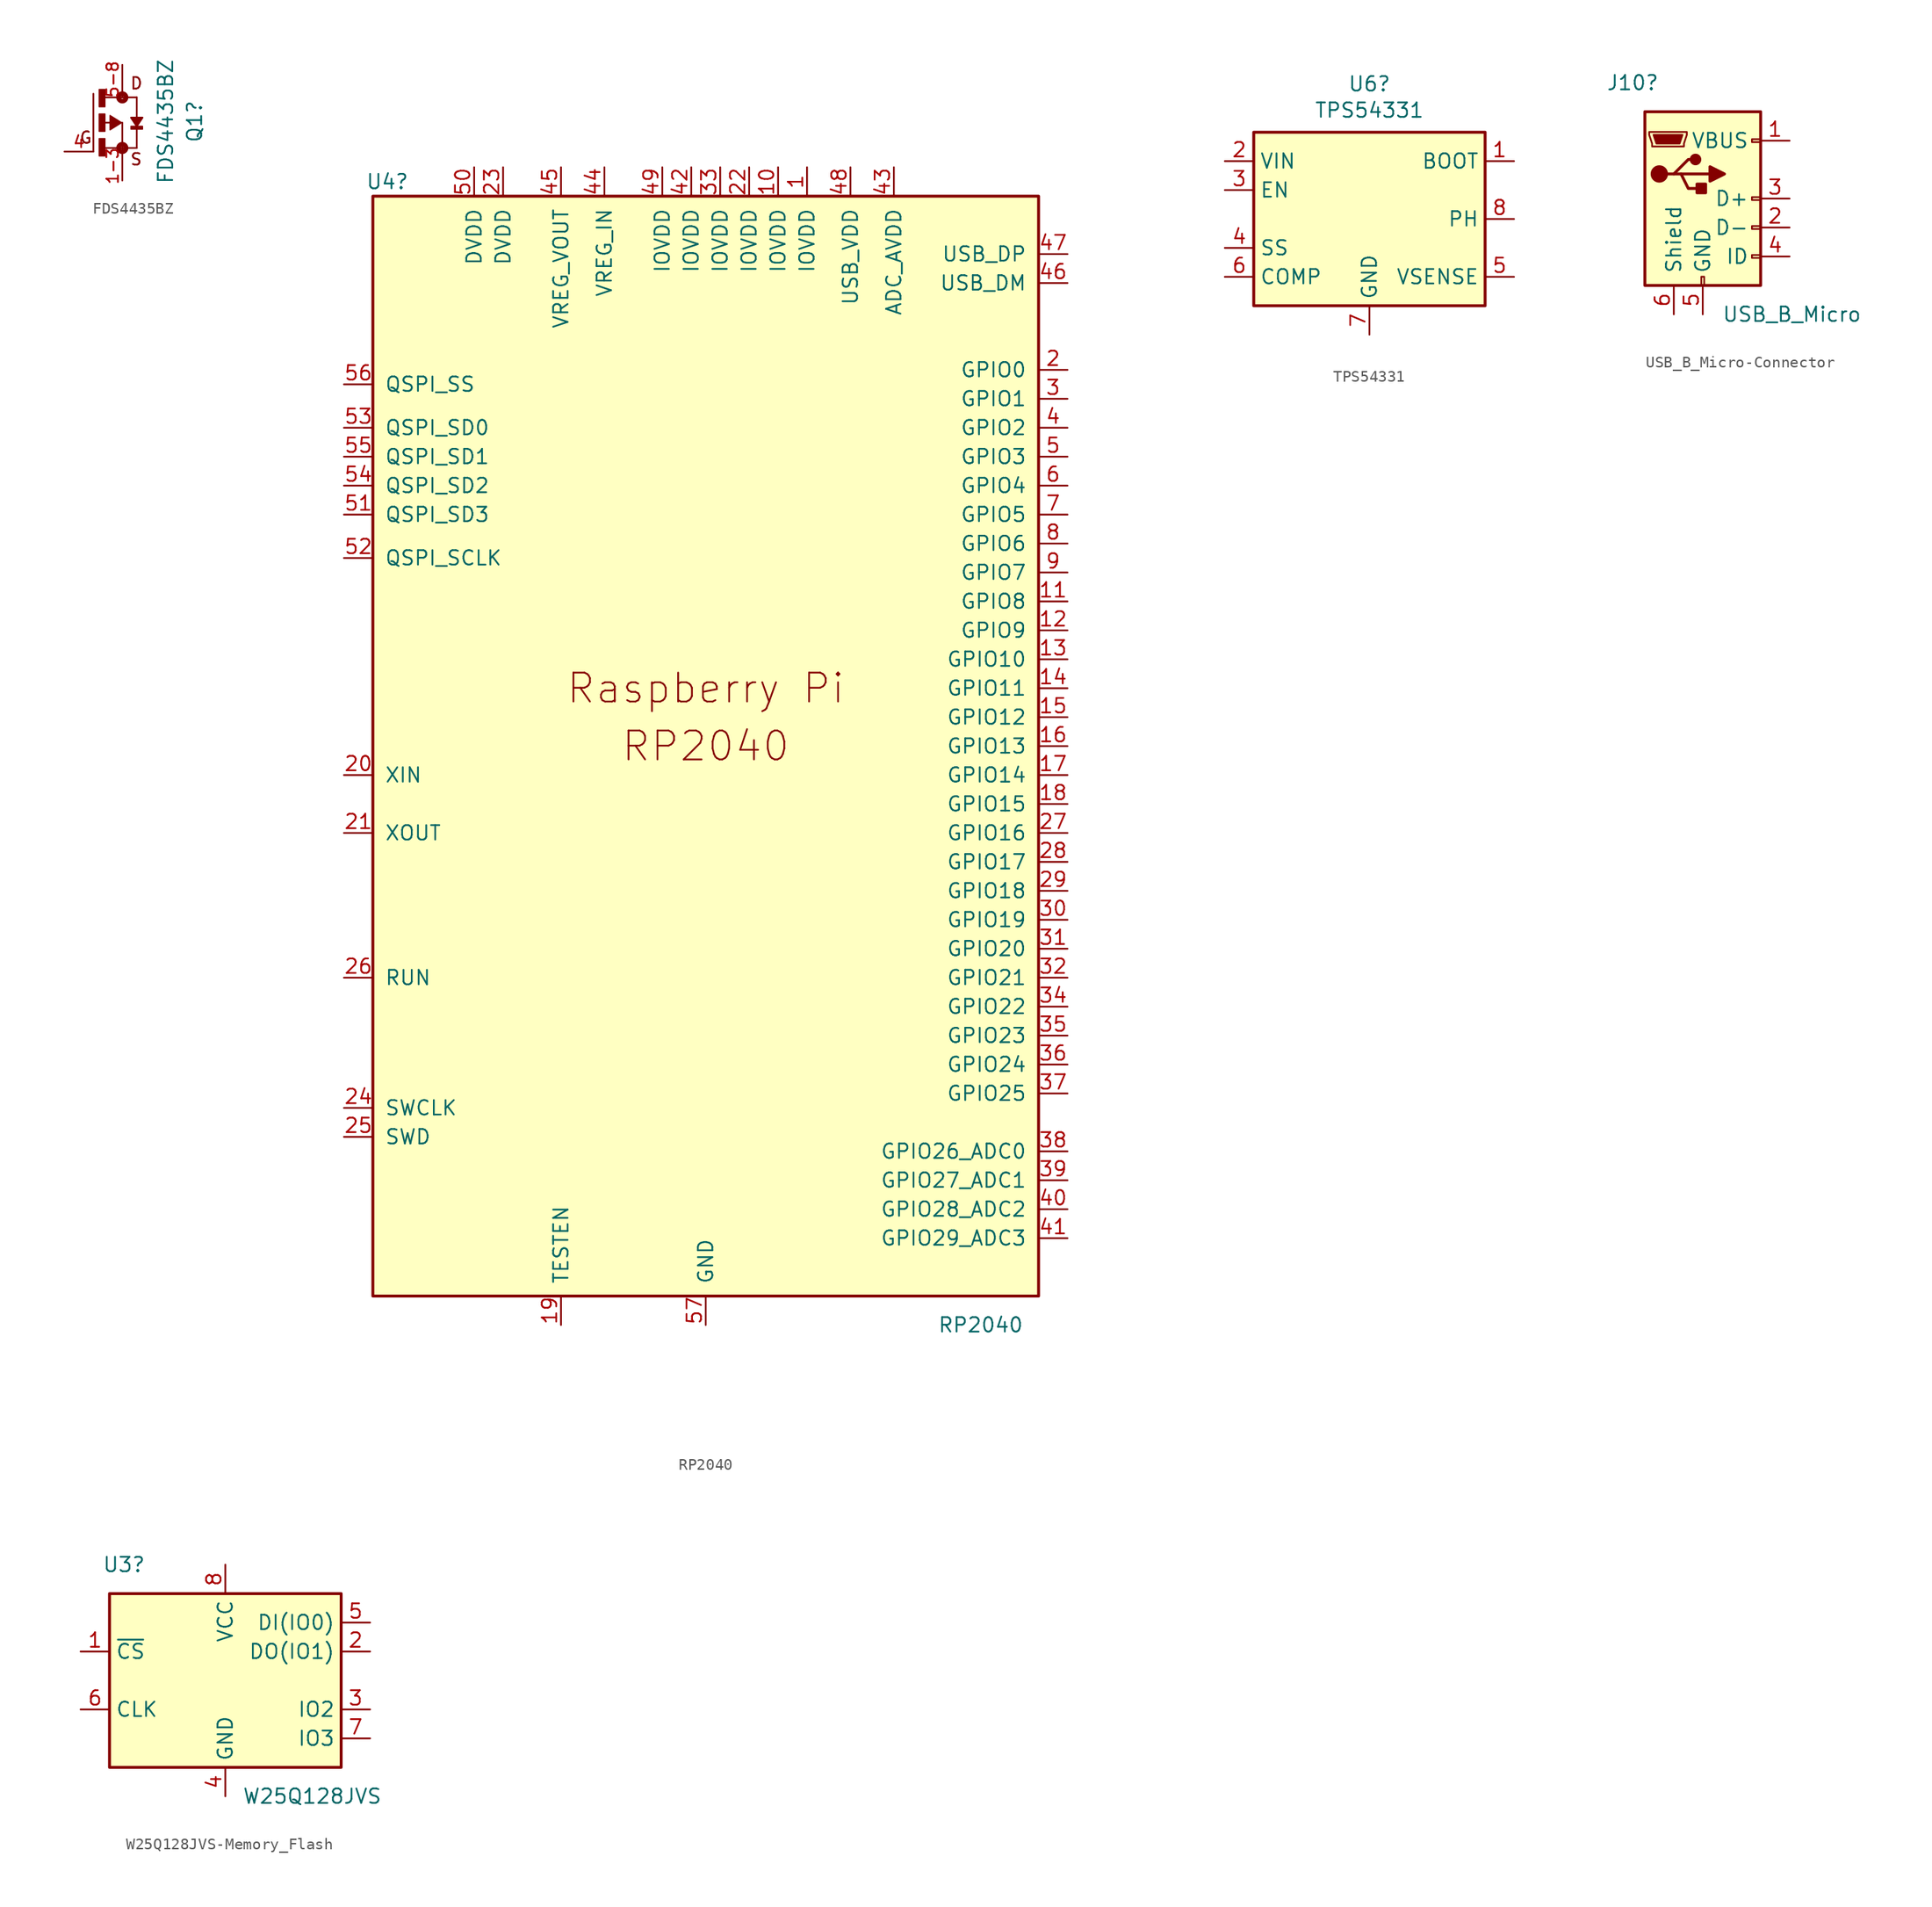
<source format=kicad_sym>
(kicad_symbol_lib
  (version 20220914)
  (generator kicad_symbol_editor)
  (symbol "FDS4435BZ"
    (pin_names
      (offset 1.016))
    (property "Reference" "Q1"
      (at 6.35 0.105 90)
      (effects (font (size 1.27 1.27))))
    (property "Value" "FDS4435BZ"
      (at 3.81 0.105 90)
      (effects (font (size 1.27 1.27))))
    (symbol "FDS4435BZ_0_0"
      (rectangle (start -2.034 -0.763) (end -1.524 0.762) (stroke (width 0.1) (type default)) (fill (type outline)))
      (rectangle (start -2.033 -2.922) (end -1.524 -1.397) (stroke (width 0.1) (type default)) (fill (type outline)))
      (rectangle (start -2.032 1.397) (end -1.524 2.921) (stroke (width 0.1) (type default)) (fill (type outline)))
      (circle (center 0 -2.223) (radius 0.127) (stroke (width 0.406) (type default)) (fill (type none)))
      (polyline (pts (xy -2.54 -2.54) (xy -2.54 2.54)) (stroke (width 0.152) (type default)) (fill (type none)))
      (polyline (pts (xy -1.905 -2.223) (xy 0 -2.223)) (stroke (width 0.152) (type default)) (fill (type none)))
      (polyline (pts (xy -1.587 2.223) (xy 0 2.223)) (stroke (width 0.152) (type default)) (fill (type none)))
      (polyline (pts (xy -1.079 0) (xy -1.905 0)) (stroke (width 0.152) (type default)) (fill (type none)))
      (polyline (pts (xy 0 -2.223) (xy 0 -2.54)) (stroke (width 0.152) (type default)) (fill (type none)))
      (polyline (pts (xy 0 0) (xy 0 -2.223)) (stroke (width 0.152) (type default)) (fill (type none)))
      (polyline (pts (xy 0 2.223) (xy 1.27 2.223)) (stroke (width 0.152) (type default)) (fill (type none)))
      (polyline (pts (xy 0 2.54) (xy 0 2.223)) (stroke (width 0.152) (type default)) (fill (type none)))
      (polyline (pts (xy 1.27 -2.223) (xy 0 -2.223)) (stroke (width 0.152) (type default)) (fill (type none)))
      (polyline (pts (xy 1.27 2.223) (xy 1.27 -2.223)) (stroke (width 0.152) (type default)) (fill (type none)))
      (polyline (pts (xy -0.064 0) (xy -1.079 -0.635) (xy -1.079 0.635) (xy -0.064 0)) (stroke (width 0.102) (type default)) (fill (type outline)))
      (polyline (pts (xy 1.27 -0.318) (xy 1.778 0.445) (xy 0.762 0.445) (xy 1.27 -0.318)) (stroke (width 0.152) (type default)) (fill (type outline)))
      (circle (center 0 2.223) (radius 0.127) (stroke (width 0.406) (type default)) (fill (type none)))
      (rectangle (start 0.763 -0.572) (end 1.778 -0.318) (stroke (width 0.1) (type default)) (fill (type outline)))
      (text "D" (at 0.636 2.863 0) (effects (font (size 1.018 1.018)) (justify left bottom)))
      (text "G" (at -3.816 -1.908 0) (effects (font (size 1.018 1.018)) (justify left bottom)))
      (text "S" (at 0.636 -3.814 0) (effects (font (size 1.017 1.017)) (justify left bottom)))
      (pin passive line (at 0 -5.08 90) (length 2.54) (name "~" (effects (font (size 1.016 1.016)))) (number "1-3" (effects (font (size 1.016 1.016)))))
      (pin passive line (at -5.08 -2.54 0) (length 2.54) (name "~" (effects (font (size 1.016 1.016)))) (number "4" (effects (font (size 1.016 1.016)))))
      (pin passive line (at 0 5.08 270) (length 2.54) (name "~" (effects (font (size 1.016 1.016)))) (number "5-8" (effects (font (size 1.016 1.016)))))))
  (symbol "RP2040"
    (pin_names
      (offset 1.016))
    (property "Reference" "U4"
      (at -27.94 49.53 0)
      (effects (font (size 1.27 1.27))))
    (property "Value" "RP2040"
      (at 24.13 -50.8 0)
      (effects (font (size 1.27 1.27))))
    (symbol "RP2040_0_0"
      (text "Raspberry Pi" (at 0 5.08 0) (effects (font (size 2.54 2.54))))
      (text "RP2040" (at 0 0 0) (effects (font (size 2.54 2.54)))))
    (symbol "RP2040_0_1"
      (rectangle (start 29.21 48.26) (end -29.21 -48.26) (stroke (width 0.254) (type solid)) (fill (type background))))
    (symbol "RP2040_1_1"
      (pin power_in line (at 8.89 50.8 270) (length 2.54) (name "IOVDD" (effects (font (size 1.27 1.27)))) (number "1" (effects (font (size 1.27 1.27)))))
      (pin power_in line (at 6.35 50.8 270) (length 2.54) (name "IOVDD" (effects (font (size 1.27 1.27)))) (number "10" (effects (font (size 1.27 1.27)))))
      (pin bidirectional line (at 31.75 12.7 180) (length 2.54) (name "GPIO8" (effects (font (size 1.27 1.27)))) (number "11" (effects (font (size 1.27 1.27)))))
      (pin bidirectional line (at 31.75 10.16 180) (length 2.54) (name "GPIO9" (effects (font (size 1.27 1.27)))) (number "12" (effects (font (size 1.27 1.27)))))
      (pin bidirectional line (at 31.75 7.62 180) (length 2.54) (name "GPIO10" (effects (font (size 1.27 1.27)))) (number "13" (effects (font (size 1.27 1.27)))))
      (pin bidirectional line (at 31.75 5.08 180) (length 2.54) (name "GPIO11" (effects (font (size 1.27 1.27)))) (number "14" (effects (font (size 1.27 1.27)))))
      (pin bidirectional line (at 31.75 2.54 180) (length 2.54) (name "GPIO12" (effects (font (size 1.27 1.27)))) (number "15" (effects (font (size 1.27 1.27)))))
      (pin bidirectional line (at 31.75 0 180) (length 2.54) (name "GPIO13" (effects (font (size 1.27 1.27)))) (number "16" (effects (font (size 1.27 1.27)))))
      (pin bidirectional line (at 31.75 -2.54 180) (length 2.54) (name "GPIO14" (effects (font (size 1.27 1.27)))) (number "17" (effects (font (size 1.27 1.27)))))
      (pin bidirectional line (at 31.75 -5.08 180) (length 2.54) (name "GPIO15" (effects (font (size 1.27 1.27)))) (number "18" (effects (font (size 1.27 1.27)))))
      (pin passive line (at -12.7 -50.8 90) (length 2.54) (name "TESTEN" (effects (font (size 1.27 1.27)))) (number "19" (effects (font (size 1.27 1.27)))))
      (pin bidirectional line (at 31.75 33.02 180) (length 2.54) (name "GPIO0" (effects (font (size 1.27 1.27)))) (number "2" (effects (font (size 1.27 1.27)))))
      (pin input line (at -31.75 -2.54 0) (length 2.54) (name "XIN" (effects (font (size 1.27 1.27)))) (number "20" (effects (font (size 1.27 1.27)))))
      (pin passive line (at -31.75 -7.62 0) (length 2.54) (name "XOUT" (effects (font (size 1.27 1.27)))) (number "21" (effects (font (size 1.27 1.27)))))
      (pin power_in line (at 3.81 50.8 270) (length 2.54) (name "IOVDD" (effects (font (size 1.27 1.27)))) (number "22" (effects (font (size 1.27 1.27)))))
      (pin power_in line (at -17.78 50.8 270) (length 2.54) (name "DVDD" (effects (font (size 1.27 1.27)))) (number "23" (effects (font (size 1.27 1.27)))))
      (pin output line (at -31.75 -31.75 0) (length 2.54) (name "SWCLK" (effects (font (size 1.27 1.27)))) (number "24" (effects (font (size 1.27 1.27)))))
      (pin bidirectional line (at -31.75 -34.29 0) (length 2.54) (name "SWD" (effects (font (size 1.27 1.27)))) (number "25" (effects (font (size 1.27 1.27)))))
      (pin input line (at -31.75 -20.32 0) (length 2.54) (name "RUN" (effects (font (size 1.27 1.27)))) (number "26" (effects (font (size 1.27 1.27)))))
      (pin bidirectional line (at 31.75 -7.62 180) (length 2.54) (name "GPIO16" (effects (font (size 1.27 1.27)))) (number "27" (effects (font (size 1.27 1.27)))))
      (pin bidirectional line (at 31.75 -10.16 180) (length 2.54) (name "GPIO17" (effects (font (size 1.27 1.27)))) (number "28" (effects (font (size 1.27 1.27)))))
      (pin bidirectional line (at 31.75 -12.7 180) (length 2.54) (name "GPIO18" (effects (font (size 1.27 1.27)))) (number "29" (effects (font (size 1.27 1.27)))))
      (pin bidirectional line (at 31.75 30.48 180) (length 2.54) (name "GPIO1" (effects (font (size 1.27 1.27)))) (number "3" (effects (font (size 1.27 1.27)))))
      (pin bidirectional line (at 31.75 -15.24 180) (length 2.54) (name "GPIO19" (effects (font (size 1.27 1.27)))) (number "30" (effects (font (size 1.27 1.27)))))
      (pin bidirectional line (at 31.75 -17.78 180) (length 2.54) (name "GPIO20" (effects (font (size 1.27 1.27)))) (number "31" (effects (font (size 1.27 1.27)))))
      (pin bidirectional line (at 31.75 -20.32 180) (length 2.54) (name "GPIO21" (effects (font (size 1.27 1.27)))) (number "32" (effects (font (size 1.27 1.27)))))
      (pin power_in line (at 1.27 50.8 270) (length 2.54) (name "IOVDD" (effects (font (size 1.27 1.27)))) (number "33" (effects (font (size 1.27 1.27)))))
      (pin bidirectional line (at 31.75 -22.86 180) (length 2.54) (name "GPIO22" (effects (font (size 1.27 1.27)))) (number "34" (effects (font (size 1.27 1.27)))))
      (pin bidirectional line (at 31.75 -25.4 180) (length 2.54) (name "GPIO23" (effects (font (size 1.27 1.27)))) (number "35" (effects (font (size 1.27 1.27)))))
      (pin bidirectional line (at 31.75 -27.94 180) (length 2.54) (name "GPIO24" (effects (font (size 1.27 1.27)))) (number "36" (effects (font (size 1.27 1.27)))))
      (pin bidirectional line (at 31.75 -30.48 180) (length 2.54) (name "GPIO25" (effects (font (size 1.27 1.27)))) (number "37" (effects (font (size 1.27 1.27)))))
      (pin bidirectional line (at 31.75 -35.56 180) (length 2.54) (name "GPIO26_ADC0" (effects (font (size 1.27 1.27)))) (number "38" (effects (font (size 1.27 1.27)))))
      (pin bidirectional line (at 31.75 -38.1 180) (length 2.54) (name "GPIO27_ADC1" (effects (font (size 1.27 1.27)))) (number "39" (effects (font (size 1.27 1.27)))))
      (pin bidirectional line (at 31.75 27.94 180) (length 2.54) (name "GPIO2" (effects (font (size 1.27 1.27)))) (number "4" (effects (font (size 1.27 1.27)))))
      (pin bidirectional line (at 31.75 -40.64 180) (length 2.54) (name "GPIO28_ADC2" (effects (font (size 1.27 1.27)))) (number "40" (effects (font (size 1.27 1.27)))))
      (pin bidirectional line (at 31.75 -43.18 180) (length 2.54) (name "GPIO29_ADC3" (effects (font (size 1.27 1.27)))) (number "41" (effects (font (size 1.27 1.27)))))
      (pin power_in line (at -1.27 50.8 270) (length 2.54) (name "IOVDD" (effects (font (size 1.27 1.27)))) (number "42" (effects (font (size 1.27 1.27)))))
      (pin power_in line (at 16.51 50.8 270) (length 2.54) (name "ADC_AVDD" (effects (font (size 1.27 1.27)))) (number "43" (effects (font (size 1.27 1.27)))))
      (pin power_in line (at -8.89 50.8 270) (length 2.54) (name "VREG_IN" (effects (font (size 1.27 1.27)))) (number "44" (effects (font (size 1.27 1.27)))))
      (pin power_out line (at -12.7 50.8 270) (length 2.54) (name "VREG_VOUT" (effects (font (size 1.27 1.27)))) (number "45" (effects (font (size 1.27 1.27)))))
      (pin bidirectional line (at 31.75 40.64 180) (length 2.54) (name "USB_DM" (effects (font (size 1.27 1.27)))) (number "46" (effects (font (size 1.27 1.27)))))
      (pin bidirectional line (at 31.75 43.18 180) (length 2.54) (name "USB_DP" (effects (font (size 1.27 1.27)))) (number "47" (effects (font (size 1.27 1.27)))))
      (pin power_in line (at 12.7 50.8 270) (length 2.54) (name "USB_VDD" (effects (font (size 1.27 1.27)))) (number "48" (effects (font (size 1.27 1.27)))))
      (pin power_in line (at -3.81 50.8 270) (length 2.54) (name "IOVDD" (effects (font (size 1.27 1.27)))) (number "49" (effects (font (size 1.27 1.27)))))
      (pin bidirectional line (at 31.75 25.4 180) (length 2.54) (name "GPIO3" (effects (font (size 1.27 1.27)))) (number "5" (effects (font (size 1.27 1.27)))))
      (pin power_in line (at -20.32 50.8 270) (length 2.54) (name "DVDD" (effects (font (size 1.27 1.27)))) (number "50" (effects (font (size 1.27 1.27)))))
      (pin bidirectional line (at -31.75 20.32 0) (length 2.54) (name "QSPI_SD3" (effects (font (size 1.27 1.27)))) (number "51" (effects (font (size 1.27 1.27)))))
      (pin output line (at -31.75 16.51 0) (length 2.54) (name "QSPI_SCLK" (effects (font (size 1.27 1.27)))) (number "52" (effects (font (size 1.27 1.27)))))
      (pin bidirectional line (at -31.75 27.94 0) (length 2.54) (name "QSPI_SD0" (effects (font (size 1.27 1.27)))) (number "53" (effects (font (size 1.27 1.27)))))
      (pin bidirectional line (at -31.75 22.86 0) (length 2.54) (name "QSPI_SD2" (effects (font (size 1.27 1.27)))) (number "54" (effects (font (size 1.27 1.27)))))
      (pin bidirectional line (at -31.75 25.4 0) (length 2.54) (name "QSPI_SD1" (effects (font (size 1.27 1.27)))) (number "55" (effects (font (size 1.27 1.27)))))
      (pin bidirectional line (at -31.75 31.75 0) (length 2.54) (name "QSPI_SS" (effects (font (size 1.27 1.27)))) (number "56" (effects (font (size 1.27 1.27)))))
      (pin power_in line (at 0 -50.8 90) (length 2.54) (name "GND" (effects (font (size 1.27 1.27)))) (number "57" (effects (font (size 1.27 1.27)))))
      (pin bidirectional line (at 31.75 22.86 180) (length 2.54) (name "GPIO4" (effects (font (size 1.27 1.27)))) (number "6" (effects (font (size 1.27 1.27)))))
      (pin bidirectional line (at 31.75 20.32 180) (length 2.54) (name "GPIO5" (effects (font (size 1.27 1.27)))) (number "7" (effects (font (size 1.27 1.27)))))
      (pin bidirectional line (at 31.75 17.78 180) (length 2.54) (name "GPIO6" (effects (font (size 1.27 1.27)))) (number "8" (effects (font (size 1.27 1.27)))))
      (pin bidirectional line (at 31.75 15.24 180) (length 2.54) (name "GPIO7" (effects (font (size 1.27 1.27)))) (number "9" (effects (font (size 1.27 1.27)))))))
  (symbol "TPS54331"
    (property "Reference" "U6"
      (at 0 11.862 0)
      (effects (font (size 1.27 1.27))))
    (property "Value" "TPS54331"
      (at 0 9.55 0)
      (effects (font (size 1.27 1.27))))
    (symbol "TPS54331_1_1"
      (rectangle (start -10.16 7.62) (end 10.16 -7.62) (stroke (width 0.254) (type default)) (fill (type background)))
      (pin output line (at 12.7 5.08 180) (length 2.54) (name "BOOT" (effects (font (size 1.27 1.27)))) (number "1" (effects (font (size 1.27 1.27)))))
      (pin power_in line (at -12.7 5.08 0) (length 2.54) (name "VIN" (effects (font (size 1.27 1.27)))) (number "2" (effects (font (size 1.27 1.27)))))
      (pin input line (at -12.7 2.54 0) (length 2.54) (name "EN" (effects (font (size 1.27 1.27)))) (number "3" (effects (font (size 1.27 1.27)))))
      (pin output line (at -12.7 -2.54 0) (length 2.54) (name "SS" (effects (font (size 1.27 1.27)))) (number "4" (effects (font (size 1.27 1.27)))))
      (pin input line (at 12.7 -5.08 180) (length 2.54) (name "VSENSE" (effects (font (size 1.27 1.27)))) (number "5" (effects (font (size 1.27 1.27)))))
      (pin output line (at -12.7 -5.08 0) (length 2.54) (name "COMP" (effects (font (size 1.27 1.27)))) (number "6" (effects (font (size 1.27 1.27)))))
      (pin power_in line (at 0 -10.16 90) (length 2.54) (name "GND" (effects (font (size 1.27 1.27)))) (number "7" (effects (font (size 1.27 1.27)))))
      (pin output line (at 12.7 0 180) (length 2.54) (name "PH" (effects (font (size 1.27 1.27)))) (number "8" (effects (font (size 1.27 1.27)))))))
  (symbol "USB_B_Micro-Connector"
    (pin_names
      (offset 1.016))
    (property "Reference" "J10"
      (at -3.81 10.16 0)
      (effects (font (size 1.27 1.27)) (justify right)))
    (property "Value" "USB_B_Micro"
      (at 13.97 -10.16 0)
      (effects (font (size 1.27 1.27)) (justify right)))
    (symbol "USB_B_Micro-Connector_0_1"
      (rectangle (start -5.08 -7.62) (end 5.08 7.62) (stroke (width 0.254) (type solid)) (fill (type background)))
      (circle (center -3.81 2.159) (radius 0.635) (stroke (width 0.254) (type solid)) (fill (type outline)))
      (circle (center -0.635 3.429) (radius 0.381) (stroke (width 0.254) (type solid)) (fill (type outline)))
      (rectangle (start -0.127 -7.62) (end 0.127 -6.858) (stroke (width 0) (type solid)) (fill (type none)))
      (polyline (pts (xy -1.905 2.159) (xy 0.635 2.159)) (stroke (width 0.254) (type solid)) (fill (type none)))
      (polyline (pts (xy -3.175 2.159) (xy -2.54 2.159) (xy -1.27 3.429) (xy -0.635 3.429)) (stroke (width 0.254) (type solid)) (fill (type none)))
      (polyline (pts (xy -2.54 2.159) (xy -1.905 2.159) (xy -1.27 0.889) (xy 0 0.889)) (stroke (width 0.254) (type solid)) (fill (type none)))
      (polyline (pts (xy 0.635 2.794) (xy 0.635 1.524) (xy 1.905 2.159) (xy 0.635 2.794)) (stroke (width 0.254) (type solid)) (fill (type outline)))
      (polyline (pts (xy -4.318 5.588) (xy -1.778 5.588) (xy -2.032 4.826) (xy -4.064 4.826) (xy -4.318 5.588)) (stroke (width 0) (type solid)) (fill (type outline)))
      (polyline (pts (xy -4.699 5.842) (xy -4.699 5.588) (xy -4.445 4.826) (xy -4.445 4.572) (xy -1.651 4.572) (xy -1.651 4.826) (xy -1.397 5.588) (xy -1.397 5.842) (xy -4.699 5.842)) (stroke (width 0) (type solid)) (fill (type none)))
      (rectangle (start 0.254 1.27) (end -0.508 0.508) (stroke (width 0.254) (type solid)) (fill (type outline)))
      (rectangle (start 5.08 -5.207) (end 4.318 -4.953) (stroke (width 0) (type solid)) (fill (type none)))
      (rectangle (start 5.08 -2.667) (end 4.318 -2.413) (stroke (width 0) (type solid)) (fill (type none)))
      (rectangle (start 5.08 -0.127) (end 4.318 0.127) (stroke (width 0) (type solid)) (fill (type none)))
      (rectangle (start 5.08 4.953) (end 4.318 5.207) (stroke (width 0) (type solid)) (fill (type none))))
    (symbol "USB_B_Micro-Connector_1_1"
      (pin power_out line (at 7.62 5.08 180) (length 2.54) (name "VBUS" (effects (font (size 1.27 1.27)))) (number "1" (effects (font (size 1.27 1.27)))))
      (pin passive line (at 7.62 -2.54 180) (length 2.54) (name "D-" (effects (font (size 1.27 1.27)))) (number "2" (effects (font (size 1.27 1.27)))))
      (pin passive line (at 7.62 0 180) (length 2.54) (name "D+" (effects (font (size 1.27 1.27)))) (number "3" (effects (font (size 1.27 1.27)))))
      (pin passive line (at 7.62 -5.08 180) (length 2.54) (name "ID" (effects (font (size 1.27 1.27)))) (number "4" (effects (font (size 1.27 1.27)))))
      (pin power_out line (at 0 -10.16 90) (length 2.54) (name "GND" (effects (font (size 1.27 1.27)))) (number "5" (effects (font (size 1.27 1.27)))))
      (pin passive line (at -2.54 -10.16 90) (length 2.54) (name "Shield" (effects (font (size 1.27 1.27)))) (number "6" (effects (font (size 1.27 1.27)))))))
  (symbol "W25Q128JVS-Memory_Flash"
    (property "Reference" "U3"
      (at -8.89 10.16 0)
      (effects (font (size 1.27 1.27))))
    (property "Value" "W25Q128JVS"
      (at 7.62 -10.16 0)
      (effects (font (size 1.27 1.27))))
    (symbol "W25Q128JVS-Memory_Flash_0_1"
      (rectangle (start -10.16 7.62) (end 10.16 -7.62) (stroke (width 0.254) (type solid)) (fill (type background))))
    (symbol "W25Q128JVS-Memory_Flash_1_1"
      (pin input line (at -12.7 2.54 0) (length 2.54) (name "~{CS}" (effects (font (size 1.27 1.27)))) (number "1" (effects (font (size 1.27 1.27)))))
      (pin bidirectional line (at 12.7 2.54 180) (length 2.54) (name "DO(IO1)" (effects (font (size 1.27 1.27)))) (number "2" (effects (font (size 1.27 1.27)))))
      (pin bidirectional line (at 12.7 -2.54 180) (length 2.54) (name "IO2" (effects (font (size 1.27 1.27)))) (number "3" (effects (font (size 1.27 1.27)))))
      (pin power_in line (at 0 -10.16 90) (length 2.54) (name "GND" (effects (font (size 1.27 1.27)))) (number "4" (effects (font (size 1.27 1.27)))))
      (pin bidirectional line (at 12.7 5.08 180) (length 2.54) (name "DI(IO0)" (effects (font (size 1.27 1.27)))) (number "5" (effects (font (size 1.27 1.27)))))
      (pin input line (at -12.7 -2.54 0) (length 2.54) (name "CLK" (effects (font (size 1.27 1.27)))) (number "6" (effects (font (size 1.27 1.27)))))
      (pin bidirectional line (at 12.7 -5.08 180) (length 2.54) (name "IO3" (effects (font (size 1.27 1.27)))) (number "7" (effects (font (size 1.27 1.27)))))
      (pin power_in line (at 0 10.16 270) (length 2.54) (name "VCC" (effects (font (size 1.27 1.27)))) (number "8" (effects (font (size 1.27 1.27))))))))
</source>
